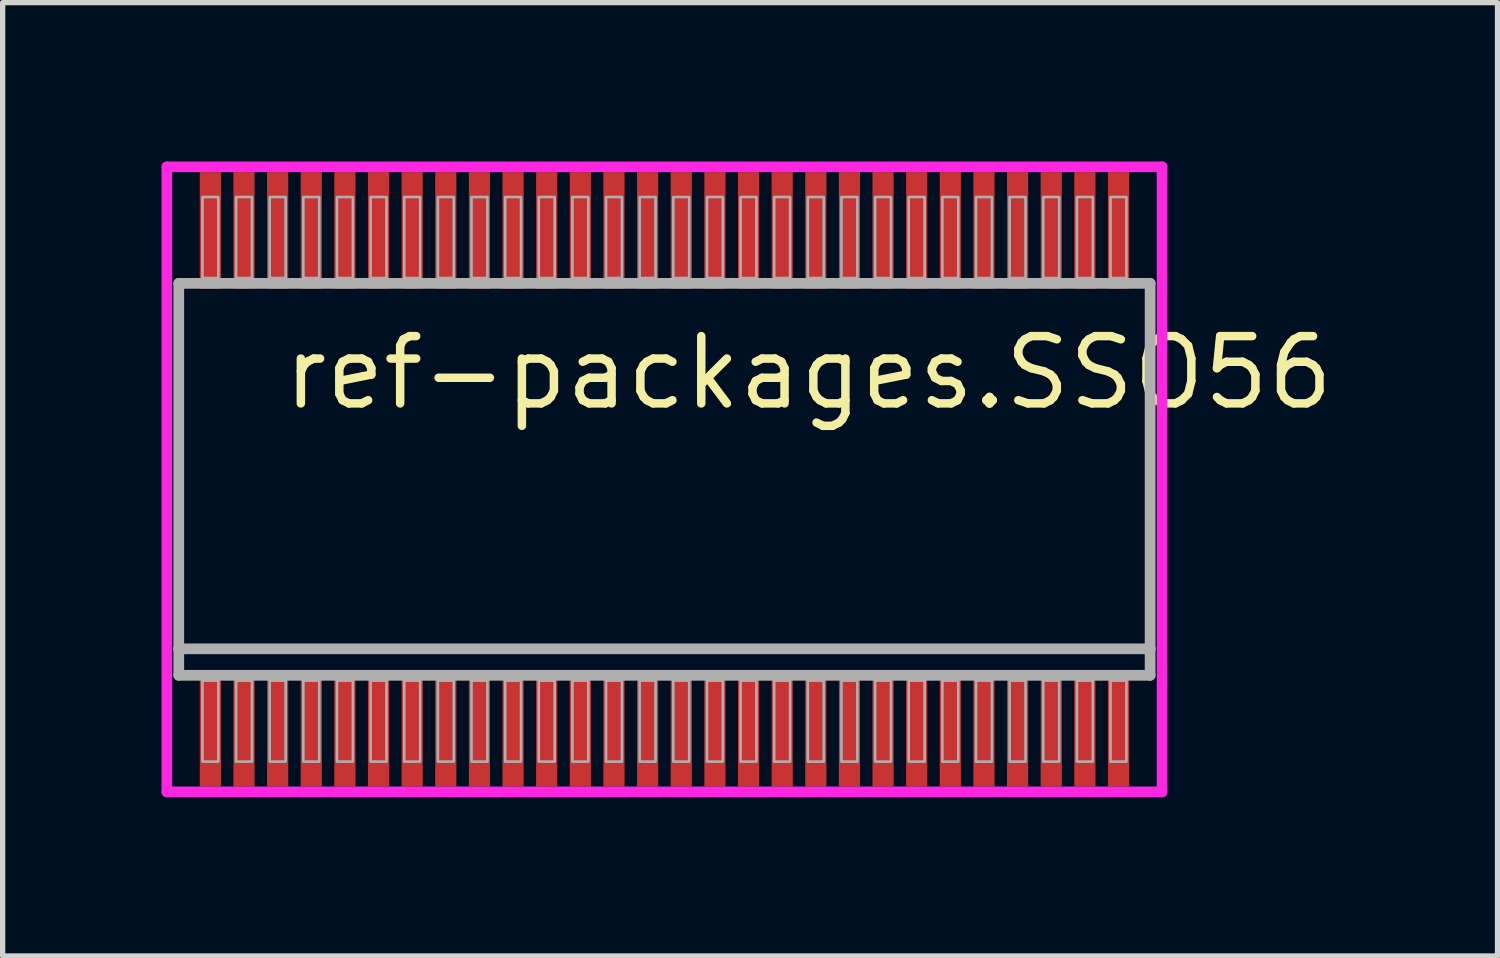
<source format=kicad_pcb>
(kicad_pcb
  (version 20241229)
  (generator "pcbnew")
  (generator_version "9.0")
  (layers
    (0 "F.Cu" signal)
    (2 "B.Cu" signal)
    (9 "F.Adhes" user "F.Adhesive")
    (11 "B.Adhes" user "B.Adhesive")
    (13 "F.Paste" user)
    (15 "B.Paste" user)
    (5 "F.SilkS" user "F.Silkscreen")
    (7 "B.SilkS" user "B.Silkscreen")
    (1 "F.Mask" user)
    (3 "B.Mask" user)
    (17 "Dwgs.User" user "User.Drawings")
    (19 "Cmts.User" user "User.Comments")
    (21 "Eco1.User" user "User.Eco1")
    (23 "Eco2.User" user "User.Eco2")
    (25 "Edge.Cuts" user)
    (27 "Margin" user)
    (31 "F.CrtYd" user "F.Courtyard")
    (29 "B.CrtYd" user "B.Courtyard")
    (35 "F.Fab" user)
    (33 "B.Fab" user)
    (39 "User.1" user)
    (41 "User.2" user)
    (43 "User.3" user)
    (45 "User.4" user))
  (footprint "ref-packages.SSO56"
    (layer "F.Cu")
    (at 9.495 6)
    (property "Reference" "ref-packages.SSO56" (at -7.272 -1.27 0) (layer "F.SilkS") (effects (font (size 1.27 1.27) (thickness 0.16)) (justify left bottom)))
    (attr smd)
    (fp_line (start -9.395 -5.9) (end 9.395 -5.9) (stroke (width 0.2) (type default)) (layer "F.CrtYd"))
    (fp_line (start -9.395 5.9) (end -9.395 -5.9) (stroke (width 0.2) (type default)) (layer "F.CrtYd"))
    (fp_line (start 9.395 -5.9) (end 9.395 5.9) (stroke (width 0.2) (type default)) (layer "F.CrtYd"))
    (fp_line (start 9.395 5.9) (end -9.395 5.9) (stroke (width 0.2) (type default)) (layer "F.CrtYd"))
    (fp_line (start -9.17 -3.7) (end 9.17 -3.7) (stroke (width 0.203) (type default)) (layer "F.Fab"))
    (fp_line (start -9.17 3.2) (end -9.17 -3.7) (stroke (width 0.203) (type default)) (layer "F.Fab"))
    (fp_line (start -9.17 3.7) (end -9.17 3.2) (stroke (width 0.203) (type default)) (layer "F.Fab"))
    (fp_line (start 9.17 -3.7) (end 9.17 3.2) (stroke (width 0.203) (type default)) (layer "F.Fab"))
    (fp_line (start 9.17 3.2) (end -9.17 3.2) (stroke (width 0.203) (type default)) (layer "F.Fab"))
    (fp_line (start 9.17 3.2) (end 9.17 3.7) (stroke (width 0.203) (type default)) (layer "F.Fab"))
    (fp_line (start 9.17 3.7) (end -9.17 3.7) (stroke (width 0.203) (type default)) (layer "F.Fab"))
    (fp_rect (start -8.723 -3.8) (end -8.422 -5.33) (stroke (width 0.05) (type default)) (fill no) (layer "F.Fab"))
    (fp_rect (start -8.723 5.33) (end -8.422 3.8) (stroke (width 0.05) (type default)) (fill no) (layer "F.Fab"))
    (fp_rect (start -8.088 -3.8) (end -7.787 -5.33) (stroke (width 0.05) (type default)) (fill no) (layer "F.Fab"))
    (fp_rect (start -8.088 5.33) (end -7.787 3.8) (stroke (width 0.05) (type default)) (fill no) (layer "F.Fab"))
    (fp_rect (start -7.453 -3.8) (end -7.152 -5.33) (stroke (width 0.05) (type default)) (fill no) (layer "F.Fab"))
    (fp_rect (start -7.453 5.33) (end -7.152 3.8) (stroke (width 0.05) (type default)) (fill no) (layer "F.Fab"))
    (fp_rect (start -6.818 -3.8) (end -6.517 -5.33) (stroke (width 0.05) (type default)) (fill no) (layer "F.Fab"))
    (fp_rect (start -6.818 5.33) (end -6.517 3.8) (stroke (width 0.05) (type default)) (fill no) (layer "F.Fab"))
    (fp_rect (start -6.183 -3.8) (end -5.882 -5.33) (stroke (width 0.05) (type default)) (fill no) (layer "F.Fab"))
    (fp_rect (start -6.183 5.33) (end -5.882 3.8) (stroke (width 0.05) (type default)) (fill no) (layer "F.Fab"))
    (fp_rect (start -5.548 -3.8) (end -5.247 -5.33) (stroke (width 0.05) (type default)) (fill no) (layer "F.Fab"))
    (fp_rect (start -5.548 5.33) (end -5.247 3.8) (stroke (width 0.05) (type default)) (fill no) (layer "F.Fab"))
    (fp_rect (start -4.913 -3.8) (end -4.612 -5.33) (stroke (width 0.05) (type default)) (fill no) (layer "F.Fab"))
    (fp_rect (start -4.913 5.33) (end -4.612 3.8) (stroke (width 0.05) (type default)) (fill no) (layer "F.Fab"))
    (fp_rect (start -4.278 -3.8) (end -3.977 -5.33) (stroke (width 0.05) (type default)) (fill no) (layer "F.Fab"))
    (fp_rect (start -4.278 5.33) (end -3.977 3.8) (stroke (width 0.05) (type default)) (fill no) (layer "F.Fab"))
    (fp_rect (start -3.643 -3.8) (end -3.342 -5.33) (stroke (width 0.05) (type default)) (fill no) (layer "F.Fab"))
    (fp_rect (start -3.643 5.33) (end -3.342 3.8) (stroke (width 0.05) (type default)) (fill no) (layer "F.Fab"))
    (fp_rect (start -3.008 -3.8) (end -2.707 -5.33) (stroke (width 0.05) (type default)) (fill no) (layer "F.Fab"))
    (fp_rect (start -3.008 5.33) (end -2.707 3.8) (stroke (width 0.05) (type default)) (fill no) (layer "F.Fab"))
    (fp_rect (start -2.373 -3.8) (end -2.072 -5.33) (stroke (width 0.05) (type default)) (fill no) (layer "F.Fab"))
    (fp_rect (start -2.373 5.33) (end -2.072 3.8) (stroke (width 0.05) (type default)) (fill no) (layer "F.Fab"))
    (fp_rect (start -1.738 -3.8) (end -1.437 -5.33) (stroke (width 0.05) (type default)) (fill no) (layer "F.Fab"))
    (fp_rect (start -1.738 5.33) (end -1.437 3.8) (stroke (width 0.05) (type default)) (fill no) (layer "F.Fab"))
    (fp_rect (start -1.103 -3.8) (end -0.802 -5.33) (stroke (width 0.05) (type default)) (fill no) (layer "F.Fab"))
    (fp_rect (start -1.103 5.33) (end -0.802 3.8) (stroke (width 0.05) (type default)) (fill no) (layer "F.Fab"))
    (fp_rect (start -0.468 -3.8) (end -0.167 -5.33) (stroke (width 0.05) (type default)) (fill no) (layer "F.Fab"))
    (fp_rect (start -0.468 5.33) (end -0.167 3.8) (stroke (width 0.05) (type default)) (fill no) (layer "F.Fab"))
    (fp_rect (start 0.167 -3.8) (end 0.468 -5.33) (stroke (width 0.05) (type default)) (fill no) (layer "F.Fab"))
    (fp_rect (start 0.167 5.33) (end 0.468 3.8) (stroke (width 0.05) (type default)) (fill no) (layer "F.Fab"))
    (fp_rect (start 0.802 -3.8) (end 1.103 -5.33) (stroke (width 0.05) (type default)) (fill no) (layer "F.Fab"))
    (fp_rect (start 0.802 5.33) (end 1.103 3.8) (stroke (width 0.05) (type default)) (fill no) (layer "F.Fab"))
    (fp_rect (start 1.437 -3.8) (end 1.738 -5.33) (stroke (width 0.05) (type default)) (fill no) (layer "F.Fab"))
    (fp_rect (start 1.437 5.33) (end 1.738 3.8) (stroke (width 0.05) (type default)) (fill no) (layer "F.Fab"))
    (fp_rect (start 2.072 -3.8) (end 2.373 -5.33) (stroke (width 0.05) (type default)) (fill no) (layer "F.Fab"))
    (fp_rect (start 2.072 5.33) (end 2.373 3.8) (stroke (width 0.05) (type default)) (fill no) (layer "F.Fab"))
    (fp_rect (start 2.707 -3.8) (end 3.008 -5.33) (stroke (width 0.05) (type default)) (fill no) (layer "F.Fab"))
    (fp_rect (start 2.707 5.33) (end 3.008 3.8) (stroke (width 0.05) (type default)) (fill no) (layer "F.Fab"))
    (fp_rect (start 3.342 -3.8) (end 3.643 -5.33) (stroke (width 0.05) (type default)) (fill no) (layer "F.Fab"))
    (fp_rect (start 3.342 5.33) (end 3.643 3.8) (stroke (width 0.05) (type default)) (fill no) (layer "F.Fab"))
    (fp_rect (start 3.977 -3.8) (end 4.278 -5.33) (stroke (width 0.05) (type default)) (fill no) (layer "F.Fab"))
    (fp_rect (start 3.977 5.33) (end 4.278 3.8) (stroke (width 0.05) (type default)) (fill no) (layer "F.Fab"))
    (fp_rect (start 4.612 -3.8) (end 4.913 -5.33) (stroke (width 0.05) (type default)) (fill no) (layer "F.Fab"))
    (fp_rect (start 4.612 5.33) (end 4.913 3.8) (stroke (width 0.05) (type default)) (fill no) (layer "F.Fab"))
    (fp_rect (start 5.247 -3.8) (end 5.548 -5.33) (stroke (width 0.05) (type default)) (fill no) (layer "F.Fab"))
    (fp_rect (start 5.247 5.33) (end 5.548 3.8) (stroke (width 0.05) (type default)) (fill no) (layer "F.Fab"))
    (fp_rect (start 5.882 -3.8) (end 6.183 -5.33) (stroke (width 0.05) (type default)) (fill no) (layer "F.Fab"))
    (fp_rect (start 5.882 5.33) (end 6.183 3.8) (stroke (width 0.05) (type default)) (fill no) (layer "F.Fab"))
    (fp_rect (start 6.517 -3.8) (end 6.818 -5.33) (stroke (width 0.05) (type default)) (fill no) (layer "F.Fab"))
    (fp_rect (start 6.517 5.33) (end 6.818 3.8) (stroke (width 0.05) (type default)) (fill no) (layer "F.Fab"))
    (fp_rect (start 7.152 -3.8) (end 7.453 -5.33) (stroke (width 0.05) (type default)) (fill no) (layer "F.Fab"))
    (fp_rect (start 7.152 5.33) (end 7.453 3.8) (stroke (width 0.05) (type default)) (fill no) (layer "F.Fab"))
    (fp_rect (start 7.787 -3.8) (end 8.088 -5.33) (stroke (width 0.05) (type default)) (fill no) (layer "F.Fab"))
    (fp_rect (start 7.787 5.33) (end 8.088 3.8) (stroke (width 0.05) (type default)) (fill no) (layer "F.Fab"))
    (fp_rect (start 8.422 -3.8) (end 8.723 -5.33) (stroke (width 0.05) (type default)) (fill no) (layer "F.Fab"))
    (fp_rect (start 8.422 5.33) (end 8.723 3.8) (stroke (width 0.05) (type default)) (fill no) (layer "F.Fab"))
    (pad "1" smd roundrect (at -8.573 4.7) (size 0.4 2.2) (layers "F.Cu" "F.Mask" "F.Paste") (roundrect_rratio 0.01))
    (pad "2" smd roundrect (at -7.938 4.7) (size 0.4 2.2) (layers "F.Cu" "F.Mask" "F.Paste") (roundrect_rratio 0.01))
    (pad "3" smd roundrect (at -7.303 4.7) (size 0.4 2.2) (layers "F.Cu" "F.Mask" "F.Paste") (roundrect_rratio 0.01))
    (pad "4" smd roundrect (at -6.668 4.7) (size 0.4 2.2) (layers "F.Cu" "F.Mask" "F.Paste") (roundrect_rratio 0.01))
    (pad "5" smd roundrect (at -6.033 4.7) (size 0.4 2.2) (layers "F.Cu" "F.Mask" "F.Paste") (roundrect_rratio 0.01))
    (pad "6" smd roundrect (at -5.398 4.7) (size 0.4 2.2) (layers "F.Cu" "F.Mask" "F.Paste") (roundrect_rratio 0.01))
    (pad "7" smd roundrect (at -4.763 4.7) (size 0.4 2.2) (layers "F.Cu" "F.Mask" "F.Paste") (roundrect_rratio 0.01))
    (pad "8" smd roundrect (at -4.128 4.7) (size 0.4 2.2) (layers "F.Cu" "F.Mask" "F.Paste") (roundrect_rratio 0.01))
    (pad "9" smd roundrect (at -3.493 4.7) (size 0.4 2.2) (layers "F.Cu" "F.Mask" "F.Paste") (roundrect_rratio 0.01))
    (pad "10" smd roundrect (at -2.858 4.7) (size 0.4 2.2) (layers "F.Cu" "F.Mask" "F.Paste") (roundrect_rratio 0.01))
    (pad "11" smd roundrect (at -2.223 4.7) (size 0.4 2.2) (layers "F.Cu" "F.Mask" "F.Paste") (roundrect_rratio 0.01))
    (pad "12" smd roundrect (at -1.588 4.7) (size 0.4 2.2) (layers "F.Cu" "F.Mask" "F.Paste") (roundrect_rratio 0.01))
    (pad "13" smd roundrect (at -0.953 4.7) (size 0.4 2.2) (layers "F.Cu" "F.Mask" "F.Paste") (roundrect_rratio 0.01))
    (pad "14" smd roundrect (at -0.318 4.7) (size 0.4 2.2) (layers "F.Cu" "F.Mask" "F.Paste") (roundrect_rratio 0.01))
    (pad "15" smd roundrect (at 0.318 4.7) (size 0.4 2.2) (layers "F.Cu" "F.Mask" "F.Paste") (roundrect_rratio 0.01))
    (pad "16" smd roundrect (at 0.953 4.7) (size 0.4 2.2) (layers "F.Cu" "F.Mask" "F.Paste") (roundrect_rratio 0.01))
    (pad "17" smd roundrect (at 1.588 4.7) (size 0.4 2.2) (layers "F.Cu" "F.Mask" "F.Paste") (roundrect_rratio 0.01))
    (pad "18" smd roundrect (at 2.223 4.7) (size 0.4 2.2) (layers "F.Cu" "F.Mask" "F.Paste") (roundrect_rratio 0.01))
    (pad "19" smd roundrect (at 2.858 4.7) (size 0.4 2.2) (layers "F.Cu" "F.Mask" "F.Paste") (roundrect_rratio 0.01))
    (pad "20" smd roundrect (at 3.493 4.7) (size 0.4 2.2) (layers "F.Cu" "F.Mask" "F.Paste") (roundrect_rratio 0.01))
    (pad "21" smd roundrect (at 4.128 4.7) (size 0.4 2.2) (layers "F.Cu" "F.Mask" "F.Paste") (roundrect_rratio 0.01))
    (pad "22" smd roundrect (at 4.763 4.7) (size 0.4 2.2) (layers "F.Cu" "F.Mask" "F.Paste") (roundrect_rratio 0.01))
    (pad "23" smd roundrect (at 5.398 4.7) (size 0.4 2.2) (layers "F.Cu" "F.Mask" "F.Paste") (roundrect_rratio 0.01))
    (pad "24" smd roundrect (at 6.033 4.7) (size 0.4 2.2) (layers "F.Cu" "F.Mask" "F.Paste") (roundrect_rratio 0.01))
    (pad "25" smd roundrect (at 6.668 4.7) (size 0.4 2.2) (layers "F.Cu" "F.Mask" "F.Paste") (roundrect_rratio 0.01))
    (pad "26" smd roundrect (at 7.303 4.7) (size 0.4 2.2) (layers "F.Cu" "F.Mask" "F.Paste") (roundrect_rratio 0.01))
    (pad "27" smd roundrect (at 7.938 4.7) (size 0.4 2.2) (layers "F.Cu" "F.Mask" "F.Paste") (roundrect_rratio 0.01))
    (pad "28" smd roundrect (at 8.573 4.7) (size 0.4 2.2) (layers "F.Cu" "F.Mask" "F.Paste") (roundrect_rratio 0.01))
    (pad "29" smd roundrect (at 8.573 -4.7) (size 0.4 2.2) (layers "F.Cu" "F.Mask" "F.Paste") (roundrect_rratio 0.01))
    (pad "30" smd roundrect (at 7.938 -4.7) (size 0.4 2.2) (layers "F.Cu" "F.Mask" "F.Paste") (roundrect_rratio 0.01))
    (pad "31" smd roundrect (at 7.303 -4.7) (size 0.4 2.2) (layers "F.Cu" "F.Mask" "F.Paste") (roundrect_rratio 0.01))
    (pad "32" smd roundrect (at 6.668 -4.7) (size 0.4 2.2) (layers "F.Cu" "F.Mask" "F.Paste") (roundrect_rratio 0.01))
    (pad "33" smd roundrect (at 6.033 -4.7) (size 0.4 2.2) (layers "F.Cu" "F.Mask" "F.Paste") (roundrect_rratio 0.01))
    (pad "34" smd roundrect (at 5.398 -4.7) (size 0.4 2.2) (layers "F.Cu" "F.Mask" "F.Paste") (roundrect_rratio 0.01))
    (pad "35" smd roundrect (at 4.763 -4.7) (size 0.4 2.2) (layers "F.Cu" "F.Mask" "F.Paste") (roundrect_rratio 0.01))
    (pad "36" smd roundrect (at 4.128 -4.7) (size 0.4 2.2) (layers "F.Cu" "F.Mask" "F.Paste") (roundrect_rratio 0.01))
    (pad "37" smd roundrect (at 3.493 -4.7) (size 0.4 2.2) (layers "F.Cu" "F.Mask" "F.Paste") (roundrect_rratio 0.01))
    (pad "38" smd roundrect (at 2.858 -4.7) (size 0.4 2.2) (layers "F.Cu" "F.Mask" "F.Paste") (roundrect_rratio 0.01))
    (pad "39" smd roundrect (at 2.223 -4.7) (size 0.4 2.2) (layers "F.Cu" "F.Mask" "F.Paste") (roundrect_rratio 0.01))
    (pad "40" smd roundrect (at 1.588 -4.7) (size 0.4 2.2) (layers "F.Cu" "F.Mask" "F.Paste") (roundrect_rratio 0.01))
    (pad "41" smd roundrect (at 0.953 -4.7) (size 0.4 2.2) (layers "F.Cu" "F.Mask" "F.Paste") (roundrect_rratio 0.01))
    (pad "42" smd roundrect (at 0.318 -4.7) (size 0.4 2.2) (layers "F.Cu" "F.Mask" "F.Paste") (roundrect_rratio 0.01))
    (pad "43" smd roundrect (at -0.318 -4.7) (size 0.4 2.2) (layers "F.Cu" "F.Mask" "F.Paste") (roundrect_rratio 0.01))
    (pad "44" smd roundrect (at -0.953 -4.7) (size 0.4 2.2) (layers "F.Cu" "F.Mask" "F.Paste") (roundrect_rratio 0.01))
    (pad "45" smd roundrect (at -1.588 -4.7) (size 0.4 2.2) (layers "F.Cu" "F.Mask" "F.Paste") (roundrect_rratio 0.01))
    (pad "46" smd roundrect (at -2.223 -4.7) (size 0.4 2.2) (layers "F.Cu" "F.Mask" "F.Paste") (roundrect_rratio 0.01))
    (pad "47" smd roundrect (at -2.858 -4.7) (size 0.4 2.2) (layers "F.Cu" "F.Mask" "F.Paste") (roundrect_rratio 0.01))
    (pad "48" smd roundrect (at -3.493 -4.7) (size 0.4 2.2) (layers "F.Cu" "F.Mask" "F.Paste") (roundrect_rratio 0.01))
    (pad "49" smd roundrect (at -4.128 -4.7) (size 0.4 2.2) (layers "F.Cu" "F.Mask" "F.Paste") (roundrect_rratio 0.01))
    (pad "50" smd roundrect (at -4.763 -4.7) (size 0.4 2.2) (layers "F.Cu" "F.Mask" "F.Paste") (roundrect_rratio 0.01))
    (pad "51" smd roundrect (at -5.398 -4.7) (size 0.4 2.2) (layers "F.Cu" "F.Mask" "F.Paste") (roundrect_rratio 0.01))
    (pad "52" smd roundrect (at -6.033 -4.7) (size 0.4 2.2) (layers "F.Cu" "F.Mask" "F.Paste") (roundrect_rratio 0.01))
    (pad "53" smd roundrect (at -6.668 -4.7) (size 0.4 2.2) (layers "F.Cu" "F.Mask" "F.Paste") (roundrect_rratio 0.01))
    (pad "54" smd roundrect (at -7.303 -4.7) (size 0.4 2.2) (layers "F.Cu" "F.Mask" "F.Paste") (roundrect_rratio 0.01))
    (pad "55" smd roundrect (at -7.938 -4.7) (size 0.4 2.2) (layers "F.Cu" "F.Mask" "F.Paste") (roundrect_rratio 0.01))
    (pad "56" smd roundrect (at -8.573 -4.7) (size 0.4 2.2) (layers "F.Cu" "F.Mask" "F.Paste") (roundrect_rratio 0.01)))
  (gr_rect
    (start -3 -3)
    (end 25.224 15)
    (stroke (width 0.1) (type default))
    (fill no)
    (layer "Edge.Cuts")))
</source>
